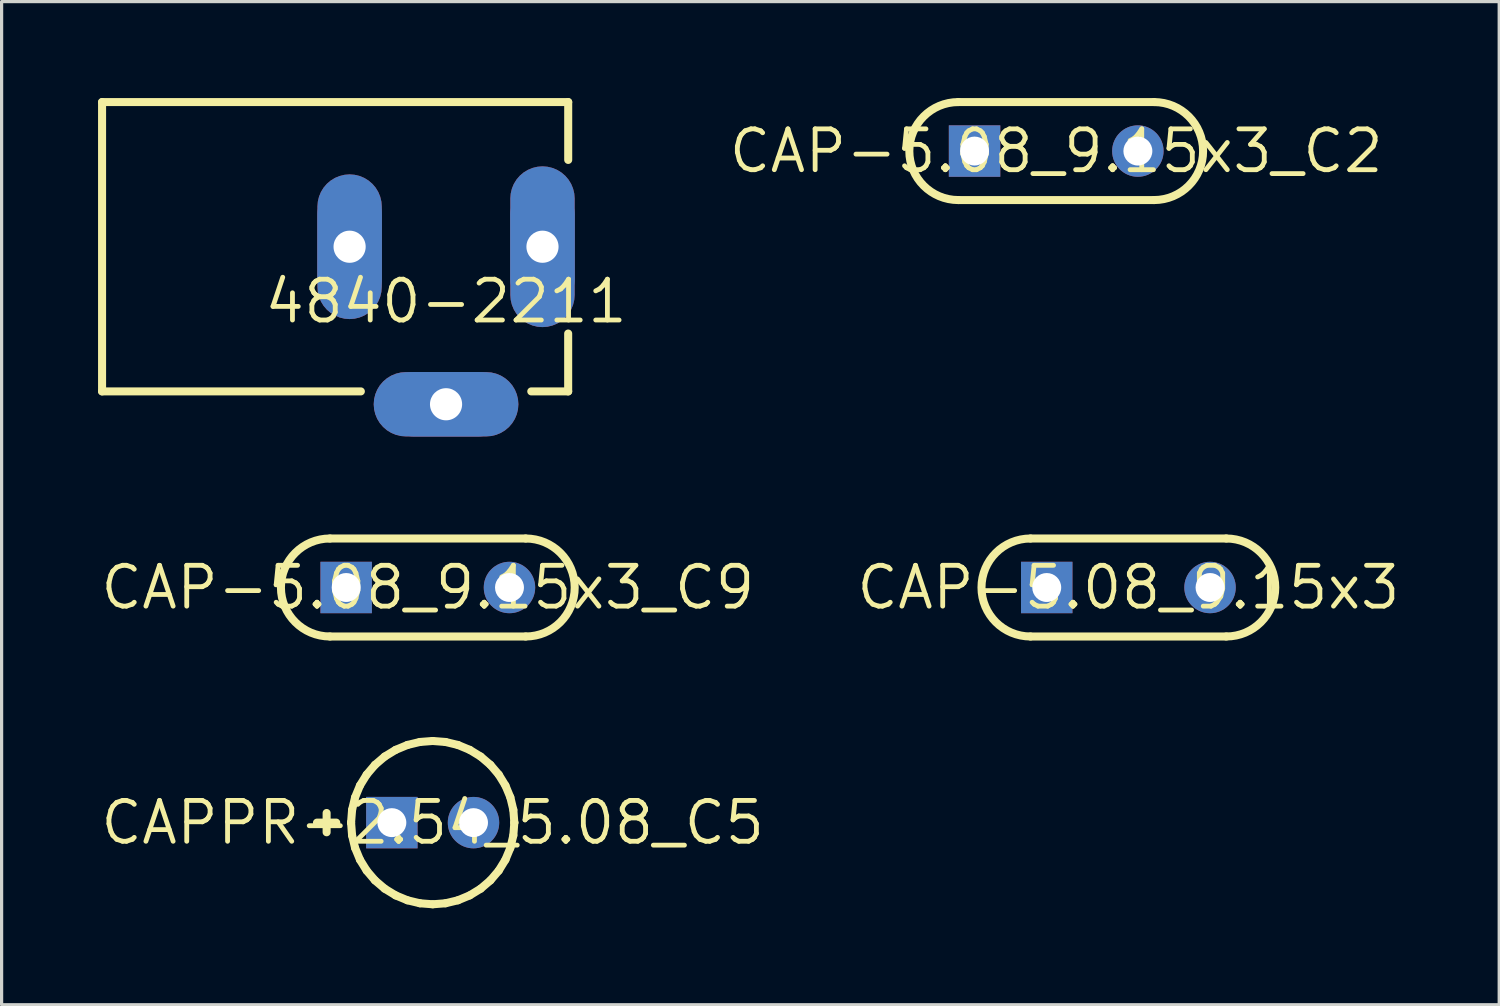
<source format=kicad_pcb>
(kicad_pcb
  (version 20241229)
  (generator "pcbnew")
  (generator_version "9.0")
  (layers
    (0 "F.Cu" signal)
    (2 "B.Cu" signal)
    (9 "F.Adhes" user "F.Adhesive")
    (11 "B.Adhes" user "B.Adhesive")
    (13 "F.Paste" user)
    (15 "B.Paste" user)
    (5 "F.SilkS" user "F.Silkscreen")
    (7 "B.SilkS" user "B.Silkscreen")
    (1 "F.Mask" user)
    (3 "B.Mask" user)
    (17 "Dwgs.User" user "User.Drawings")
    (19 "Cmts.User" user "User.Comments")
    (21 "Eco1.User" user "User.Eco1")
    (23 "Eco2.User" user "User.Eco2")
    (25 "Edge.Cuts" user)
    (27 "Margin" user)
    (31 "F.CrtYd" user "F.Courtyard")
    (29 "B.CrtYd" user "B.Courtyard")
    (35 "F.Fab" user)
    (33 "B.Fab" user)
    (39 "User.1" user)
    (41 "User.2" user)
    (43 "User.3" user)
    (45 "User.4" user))
  (footprint "CAPPR-2.54_5.08_C5"
    (layer "F.Cu")
    (at 10.409 22.539)
    (property "Reference" "CAPPR-2.54_5.08_C5" (at 0 0 0) (layer "F.SilkS") (effects (font (size 1.27 1.27) (thickness 0.15))))
    (fp_line (start -3.599 0) (end -2.999 0) (stroke (width 0.25) (type solid)) (layer "F.SilkS"))
    (fp_line (start -3.299 0.3) (end -3.299 -0.3) (stroke (width 0.25) (type solid)) (layer "F.SilkS"))
    (fp_line (start -2.538 -0.001) (end -2.538 0.001) (stroke (width 0.25) (type solid)) (layer "F.SilkS"))
    (fp_line (start -2.538 0.001) (end -2.507 0.398) (stroke (width 0.25) (type solid)) (layer "F.SilkS"))
    (fp_line (start -2.507 -0.398) (end -2.538 -0.001) (stroke (width 0.25) (type solid)) (layer "F.SilkS"))
    (fp_line (start -2.507 0.398) (end -2.414 0.786) (stroke (width 0.25) (type solid)) (layer "F.SilkS"))
    (fp_line (start -2.414 -0.786) (end -2.507 -0.398) (stroke (width 0.25) (type solid)) (layer "F.SilkS"))
    (fp_line (start -2.414 0.786) (end -2.262 1.154) (stroke (width 0.25) (type solid)) (layer "F.SilkS"))
    (fp_line (start -2.262 -1.154) (end -2.414 -0.786) (stroke (width 0.25) (type solid)) (layer "F.SilkS"))
    (fp_line (start -2.262 1.154) (end -2.053 1.493) (stroke (width 0.25) (type solid)) (layer "F.SilkS"))
    (fp_line (start -2.053 -1.493) (end -2.262 -1.154) (stroke (width 0.25) (type solid)) (layer "F.SilkS"))
    (fp_line (start -2.053 1.493) (end -1.795 1.796) (stroke (width 0.25) (type solid)) (layer "F.SilkS"))
    (fp_line (start -1.795 -1.796) (end -2.053 -1.493) (stroke (width 0.25) (type solid)) (layer "F.SilkS"))
    (fp_line (start -1.795 1.796) (end -1.492 2.055) (stroke (width 0.25) (type solid)) (layer "F.SilkS"))
    (fp_line (start -1.492 -2.055) (end -1.795 -1.796) (stroke (width 0.25) (type solid)) (layer "F.SilkS"))
    (fp_line (start -1.492 2.055) (end -1.152 2.263) (stroke (width 0.25) (type solid)) (layer "F.SilkS"))
    (fp_line (start -1.152 -2.263) (end -1.492 -2.055) (stroke (width 0.25) (type solid)) (layer "F.SilkS"))
    (fp_line (start -1.152 2.263) (end -0.784 2.416) (stroke (width 0.25) (type solid)) (layer "F.SilkS"))
    (fp_line (start -0.784 -2.416) (end -1.152 -2.263) (stroke (width 0.25) (type solid)) (layer "F.SilkS"))
    (fp_line (start -0.784 2.416) (end -0.396 2.509) (stroke (width 0.25) (type solid)) (layer "F.SilkS"))
    (fp_line (start -0.396 -2.509) (end -0.784 -2.416) (stroke (width 0.25) (type solid)) (layer "F.SilkS"))
    (fp_line (start -0.396 2.509) (end 0.001 2.54) (stroke (width 0.25) (type solid)) (layer "F.SilkS"))
    (fp_line (start 0.001 -2.54) (end -0.396 -2.509) (stroke (width 0.25) (type solid)) (layer "F.SilkS"))
    (fp_line (start 0.001 2.54) (end 0.398 2.509) (stroke (width 0.25) (type solid)) (layer "F.SilkS"))
    (fp_line (start 0.398 -2.509) (end 0.001 -2.54) (stroke (width 0.25) (type solid)) (layer "F.SilkS"))
    (fp_line (start 0.398 2.509) (end 0.785 2.416) (stroke (width 0.25) (type solid)) (layer "F.SilkS"))
    (fp_line (start 0.785 -2.416) (end 0.398 -2.509) (stroke (width 0.25) (type solid)) (layer "F.SilkS"))
    (fp_line (start 0.785 2.416) (end 1.153 2.263) (stroke (width 0.25) (type solid)) (layer "F.SilkS"))
    (fp_line (start 1.153 -2.263) (end 0.785 -2.416) (stroke (width 0.25) (type solid)) (layer "F.SilkS"))
    (fp_line (start 1.153 2.263) (end 1.493 2.055) (stroke (width 0.25) (type solid)) (layer "F.SilkS"))
    (fp_line (start 1.493 -2.055) (end 1.153 -2.263) (stroke (width 0.25) (type solid)) (layer "F.SilkS"))
    (fp_line (start 1.493 2.055) (end 1.796 1.796) (stroke (width 0.25) (type solid)) (layer "F.SilkS"))
    (fp_line (start 1.796 -1.796) (end 1.493 -2.055) (stroke (width 0.25) (type solid)) (layer "F.SilkS"))
    (fp_line (start 1.796 1.796) (end 2.055 1.493) (stroke (width 0.25) (type solid)) (layer "F.SilkS"))
    (fp_line (start 2.055 -1.493) (end 1.796 -1.796) (stroke (width 0.25) (type solid)) (layer "F.SilkS"))
    (fp_line (start 2.055 1.493) (end 2.263 1.154) (stroke (width 0.25) (type solid)) (layer "F.SilkS"))
    (fp_line (start 2.263 -1.154) (end 2.055 -1.493) (stroke (width 0.25) (type solid)) (layer "F.SilkS"))
    (fp_line (start 2.263 1.154) (end 2.416 0.786) (stroke (width 0.25) (type solid)) (layer "F.SilkS"))
    (fp_line (start 2.416 -0.786) (end 2.263 -1.154) (stroke (width 0.25) (type solid)) (layer "F.SilkS"))
    (fp_line (start 2.416 0.786) (end 2.509 0.398) (stroke (width 0.25) (type solid)) (layer "F.SilkS"))
    (fp_line (start 2.509 -0.398) (end 2.416 -0.786) (stroke (width 0.25) (type solid)) (layer "F.SilkS"))
    (fp_line (start 2.509 0.398) (end 2.54 0.001) (stroke (width 0.25) (type solid)) (layer "F.SilkS"))
    (fp_line (start 2.54 -0.001) (end 2.509 -0.398) (stroke (width 0.25) (type solid)) (layer "F.SilkS"))
    (fp_line (start 2.54 0.001) (end 2.54 -0.001) (stroke (width 0.25) (type solid)) (layer "F.SilkS"))
    (pad "1" thru_hole rect (at -1.27 0) (size 1.6 1.6) (drill 0.9) (layers "*.Cu" "*.Mask"))
    (pad "2" thru_hole circle (at 1.27 0) (size 1.6 1.6) (drill 0.9) (layers "*.Cu" "*.Mask")))
  (footprint "CAP-5.08_9.15x3"
    (layer "F.Cu")
    (at 32.05 15.225)
    (property "Reference" "CAP-5.08_9.15x3" (at 0 0 0) (layer "F.SilkS") (effects (font (size 1.27 1.27) (thickness 0.15))))
    (fp_line (start -3.045 -1.524) (end 3.045 -1.524) (stroke (width 0.25) (type solid)) (layer "F.SilkS"))
    (fp_line (start -3.045 1.524) (end 3.045 1.524) (stroke (width 0.25) (type solid)) (layer "F.SilkS"))
    (fp_arc (start -3.044999 1.524) (mid -4.572033 0) (end -3.045 -1.524) (stroke (width 0.25) (type solid)) (layer "F.SilkS"))
    (fp_arc (start 3.044999 -1.524) (mid 4.572033 0) (end 3.045 1.524) (stroke (width 0.25) (type solid)) (layer "F.SilkS"))
    (pad "1" thru_hole rect (at -2.54 0) (size 1.6 1.6) (drill 0.9) (layers "*.Cu" "*.Mask"))
    (pad "2" thru_hole circle (at 2.54 0) (size 1.6 1.6) (drill 0.9) (layers "*.Cu" "*.Mask")))
  (footprint "4840-2211"
    (layer "F.Cu")
    (at 10.825 6.325)
    (property "Reference" "4840-2211" (at 0 0 0) (layer "F.SilkS") (effects (font (size 1.27 1.27) (thickness 0.15))))
    (fp_poly (pts (xy -2.844 -3.938) (xy -2.691 -3.901) (xy -2.546 -3.841) (xy -2.412 -3.759) (xy -2.293 -3.657) (xy -2.191 -3.538) (xy -2.109 -3.404) (xy -2.049 -3.259) (xy -2.012 -3.106) (xy -2 -2.95) (xy -2 -0.45) (xy -2.012 -0.294) (xy -2.049 -0.141) (xy -2.109 0.004) (xy -2.191 0.138) (xy -2.293 0.257) (xy -2.412 0.359) (xy -2.546 0.441) (xy -2.691 0.501) (xy -2.844 0.538) (xy -3 0.55) (xy -3.156 0.538) (xy -3.309 0.501) (xy -3.454 0.441) (xy -3.588 0.359) (xy -3.707 0.257) (xy -3.809 0.138) (xy -3.891 0.004) (xy -3.951 -0.141) (xy -3.988 -0.294) (xy -4 -0.45) (xy -4 -2.95) (xy -3.988 -3.106) (xy -3.951 -3.259) (xy -3.891 -3.404) (xy -3.809 -3.538) (xy -3.707 -3.657) (xy -3.588 -3.759) (xy -3.454 -3.841) (xy -3.309 -3.901) (xy -3.156 -3.938) (xy -3 -3.95)) (stroke (width 0) (type default)) (fill yes) (layer "F.Cu"))
    (fp_poly (pts (xy 1.406 2.212) (xy 1.559 2.249) (xy 1.704 2.309) (xy 1.838 2.391) (xy 1.957 2.493) (xy 2.059 2.612) (xy 2.141 2.746) (xy 2.201 2.891) (xy 2.238 3.044) (xy 2.25 3.2) (xy 2.238 3.356) (xy 2.201 3.509) (xy 2.141 3.654) (xy 2.059 3.788) (xy 1.957 3.907) (xy 1.838 4.009) (xy 1.704 4.091) (xy 1.559 4.151) (xy 1.406 4.188) (xy 1.25 4.2) (xy -1.25 4.2) (xy -1.406 4.188) (xy -1.559 4.151) (xy -1.704 4.091) (xy -1.838 4.009) (xy -1.957 3.907) (xy -2.059 3.788) (xy -2.141 3.654) (xy -2.201 3.509) (xy -2.238 3.356) (xy -2.25 3.2) (xy -2.238 3.044) (xy -2.201 2.891) (xy -2.141 2.746) (xy -2.059 2.612) (xy -1.957 2.493) (xy -1.838 2.391) (xy -1.704 2.309) (xy -1.559 2.249) (xy -1.406 2.212) (xy -1.25 2.2) (xy 1.25 2.2)) (stroke (width 0) (type default)) (fill yes) (layer "F.Cu"))
    (fp_poly (pts (xy 3.156 -4.188) (xy 3.309 -4.151) (xy 3.454 -4.091) (xy 3.588 -4.009) (xy 3.707 -3.907) (xy 3.809 -3.788) (xy 3.891 -3.654) (xy 3.951 -3.509) (xy 3.988 -3.356) (xy 4 -3.2) (xy 4 -0.2) (xy 3.988 -0.044) (xy 3.951 0.109) (xy 3.891 0.254) (xy 3.809 0.388) (xy 3.707 0.507) (xy 3.588 0.609) (xy 3.454 0.691) (xy 3.309 0.751) (xy 3.156 0.788) (xy 3 0.8) (xy 2.844 0.788) (xy 2.691 0.751) (xy 2.546 0.691) (xy 2.412 0.609) (xy 2.293 0.507) (xy 2.191 0.388) (xy 2.109 0.254) (xy 2.049 0.109) (xy 2.012 -0.044) (xy 2 -0.2) (xy 2 -3.2) (xy 2.012 -3.356) (xy 2.049 -3.509) (xy 2.109 -3.654) (xy 2.191 -3.788) (xy 2.293 -3.907) (xy 2.412 -4.009) (xy 2.546 -4.091) (xy 2.691 -4.151) (xy 2.844 -4.188) (xy 3 -4.2)) (stroke (width 0) (type default)) (fill yes) (layer "F.Cu"))
    (fp_poly (pts (xy -2.836 -3.988) (xy -2.676 -3.95) (xy -2.523 -3.887) (xy -2.382 -3.8) (xy -2.257 -3.693) (xy -2.15 -3.568) (xy -2.063 -3.427) (xy -2 -3.274) (xy -1.962 -3.114) (xy -1.949 -2.95) (xy -1.949 -0.45) (xy -1.962 -0.286) (xy -2 -0.126) (xy -2.063 0.027) (xy -2.15 0.168) (xy -2.257 0.293) (xy -2.382 0.4) (xy -2.523 0.487) (xy -2.676 0.55) (xy -2.836 0.588) (xy -3 0.601) (xy -3.164 0.588) (xy -3.324 0.55) (xy -3.477 0.487) (xy -3.618 0.4) (xy -3.743 0.293) (xy -3.85 0.168) (xy -3.937 0.027) (xy -4 -0.126) (xy -4.038 -0.286) (xy -4.051 -0.45) (xy -4.051 -2.95) (xy -4.038 -3.114) (xy -4 -3.274) (xy -3.937 -3.427) (xy -3.85 -3.568) (xy -3.743 -3.693) (xy -3.618 -3.8) (xy -3.477 -3.887) (xy -3.324 -3.95) (xy -3.164 -3.988) (xy -3 -4.001)) (stroke (width 0) (type default)) (fill yes) (layer "F.Mask"))
    (fp_poly (pts (xy 1.414 2.162) (xy 1.574 2.2) (xy 1.727 2.263) (xy 1.868 2.35) (xy 1.993 2.457) (xy 2.1 2.582) (xy 2.187 2.723) (xy 2.25 2.876) (xy 2.288 3.036) (xy 2.301 3.2) (xy 2.288 3.364) (xy 2.25 3.524) (xy 2.187 3.677) (xy 2.1 3.818) (xy 1.993 3.943) (xy 1.868 4.05) (xy 1.727 4.137) (xy 1.574 4.2) (xy 1.414 4.238) (xy 1.25 4.251) (xy -1.25 4.251) (xy -1.414 4.238) (xy -1.574 4.2) (xy -1.727 4.137) (xy -1.868 4.05) (xy -1.993 3.943) (xy -2.1 3.818) (xy -2.187 3.677) (xy -2.25 3.524) (xy -2.288 3.364) (xy -2.301 3.2) (xy -2.288 3.036) (xy -2.25 2.876) (xy -2.187 2.723) (xy -2.1 2.582) (xy -1.993 2.457) (xy -1.868 2.35) (xy -1.727 2.263) (xy -1.574 2.2) (xy -1.414 2.162) (xy -1.25 2.149) (xy 1.25 2.149)) (stroke (width 0) (type default)) (fill yes) (layer "F.Mask"))
    (fp_poly (pts (xy 3.164 -4.238) (xy 3.324 -4.2) (xy 3.477 -4.137) (xy 3.618 -4.05) (xy 3.743 -3.943) (xy 3.85 -3.818) (xy 3.937 -3.677) (xy 4 -3.524) (xy 4.038 -3.364) (xy 4.051 -3.2) (xy 4.051 -0.2) (xy 4.038 -0.036) (xy 4 0.124) (xy 3.937 0.277) (xy 3.85 0.418) (xy 3.743 0.543) (xy 3.618 0.65) (xy 3.477 0.737) (xy 3.324 0.8) (xy 3.164 0.838) (xy 3 0.851) (xy 2.836 0.838) (xy 2.676 0.8) (xy 2.523 0.737) (xy 2.382 0.65) (xy 2.257 0.543) (xy 2.15 0.418) (xy 2.063 0.277) (xy 2 0.124) (xy 1.962 -0.036) (xy 1.949 -0.2) (xy 1.949 -3.2) (xy 1.962 -3.364) (xy 2 -3.524) (xy 2.063 -3.677) (xy 2.15 -3.818) (xy 2.257 -3.943) (xy 2.382 -4.05) (xy 2.523 -4.137) (xy 2.676 -4.2) (xy 2.836 -4.238) (xy 3 -4.251)) (stroke (width 0) (type default)) (fill yes) (layer "F.Mask"))
    (fp_poly (pts (xy -2.844 -3.938) (xy -2.691 -3.901) (xy -2.546 -3.841) (xy -2.412 -3.759) (xy -2.293 -3.657) (xy -2.191 -3.538) (xy -2.109 -3.404) (xy -2.049 -3.259) (xy -2.012 -3.106) (xy -2 -2.95) (xy -2 -0.45) (xy -2.012 -0.294) (xy -2.049 -0.141) (xy -2.109 0.004) (xy -2.191 0.138) (xy -2.293 0.257) (xy -2.412 0.359) (xy -2.546 0.441) (xy -2.691 0.501) (xy -2.844 0.538) (xy -3 0.55) (xy -3.156 0.538) (xy -3.309 0.501) (xy -3.454 0.441) (xy -3.588 0.359) (xy -3.707 0.257) (xy -3.809 0.138) (xy -3.891 0.004) (xy -3.951 -0.141) (xy -3.988 -0.294) (xy -4 -0.45) (xy -4 -2.95) (xy -3.988 -3.106) (xy -3.951 -3.259) (xy -3.891 -3.404) (xy -3.809 -3.538) (xy -3.707 -3.657) (xy -3.588 -3.759) (xy -3.454 -3.841) (xy -3.309 -3.901) (xy -3.156 -3.938) (xy -3 -3.95)) (stroke (width 0) (type default)) (fill yes) (layer "B.Cu"))
    (fp_poly (pts (xy 1.406 2.212) (xy 1.559 2.249) (xy 1.704 2.309) (xy 1.838 2.391) (xy 1.957 2.493) (xy 2.059 2.612) (xy 2.141 2.746) (xy 2.201 2.891) (xy 2.238 3.044) (xy 2.25 3.2) (xy 2.238 3.356) (xy 2.201 3.509) (xy 2.141 3.654) (xy 2.059 3.788) (xy 1.957 3.907) (xy 1.838 4.009) (xy 1.704 4.091) (xy 1.559 4.151) (xy 1.406 4.188) (xy 1.25 4.2) (xy -1.25 4.2) (xy -1.406 4.188) (xy -1.559 4.151) (xy -1.704 4.091) (xy -1.838 4.009) (xy -1.957 3.907) (xy -2.059 3.788) (xy -2.141 3.654) (xy -2.201 3.509) (xy -2.238 3.356) (xy -2.25 3.2) (xy -2.238 3.044) (xy -2.201 2.891) (xy -2.141 2.746) (xy -2.059 2.612) (xy -1.957 2.493) (xy -1.838 2.391) (xy -1.704 2.309) (xy -1.559 2.249) (xy -1.406 2.212) (xy -1.25 2.2) (xy 1.25 2.2)) (stroke (width 0) (type default)) (fill yes) (layer "B.Cu"))
    (fp_poly (pts (xy 3.156 -4.188) (xy 3.309 -4.151) (xy 3.454 -4.091) (xy 3.588 -4.009) (xy 3.707 -3.907) (xy 3.809 -3.788) (xy 3.891 -3.654) (xy 3.951 -3.509) (xy 3.988 -3.356) (xy 4 -3.2) (xy 4 -0.2) (xy 3.988 -0.044) (xy 3.951 0.109) (xy 3.891 0.254) (xy 3.809 0.388) (xy 3.707 0.507) (xy 3.588 0.609) (xy 3.454 0.691) (xy 3.309 0.751) (xy 3.156 0.788) (xy 3 0.8) (xy 2.844 0.788) (xy 2.691 0.751) (xy 2.546 0.691) (xy 2.412 0.609) (xy 2.293 0.507) (xy 2.191 0.388) (xy 2.109 0.254) (xy 2.049 0.109) (xy 2.012 -0.044) (xy 2 -0.2) (xy 2 -3.2) (xy 2.012 -3.356) (xy 2.049 -3.509) (xy 2.109 -3.654) (xy 2.191 -3.788) (xy 2.293 -3.907) (xy 2.412 -4.009) (xy 2.546 -4.091) (xy 2.691 -4.151) (xy 2.844 -4.188) (xy 3 -4.2)) (stroke (width 0) (type default)) (fill yes) (layer "B.Cu"))
    (fp_poly (pts (xy -2.836 -3.988) (xy -2.676 -3.95) (xy -2.523 -3.887) (xy -2.382 -3.8) (xy -2.257 -3.693) (xy -2.15 -3.568) (xy -2.063 -3.427) (xy -2 -3.274) (xy -1.962 -3.114) (xy -1.949 -2.95) (xy -1.949 -0.45) (xy -1.962 -0.286) (xy -2 -0.126) (xy -2.063 0.027) (xy -2.15 0.168) (xy -2.257 0.293) (xy -2.382 0.4) (xy -2.523 0.487) (xy -2.676 0.55) (xy -2.836 0.588) (xy -3 0.601) (xy -3.164 0.588) (xy -3.324 0.55) (xy -3.477 0.487) (xy -3.618 0.4) (xy -3.743 0.293) (xy -3.85 0.168) (xy -3.937 0.027) (xy -4 -0.126) (xy -4.038 -0.286) (xy -4.051 -0.45) (xy -4.051 -2.95) (xy -4.038 -3.114) (xy -4 -3.274) (xy -3.937 -3.427) (xy -3.85 -3.568) (xy -3.743 -3.693) (xy -3.618 -3.8) (xy -3.477 -3.887) (xy -3.324 -3.95) (xy -3.164 -3.988) (xy -3 -4.001)) (stroke (width 0) (type default)) (fill yes) (layer "B.Mask"))
    (fp_poly (pts (xy 1.414 2.162) (xy 1.574 2.2) (xy 1.727 2.263) (xy 1.868 2.35) (xy 1.993 2.457) (xy 2.1 2.582) (xy 2.187 2.723) (xy 2.25 2.876) (xy 2.288 3.036) (xy 2.301 3.2) (xy 2.288 3.364) (xy 2.25 3.524) (xy 2.187 3.677) (xy 2.1 3.818) (xy 1.993 3.943) (xy 1.868 4.05) (xy 1.727 4.137) (xy 1.574 4.2) (xy 1.414 4.238) (xy 1.25 4.251) (xy -1.25 4.251) (xy -1.414 4.238) (xy -1.574 4.2) (xy -1.727 4.137) (xy -1.868 4.05) (xy -1.993 3.943) (xy -2.1 3.818) (xy -2.187 3.677) (xy -2.25 3.524) (xy -2.288 3.364) (xy -2.301 3.2) (xy -2.288 3.036) (xy -2.25 2.876) (xy -2.187 2.723) (xy -2.1 2.582) (xy -1.993 2.457) (xy -1.868 2.35) (xy -1.727 2.263) (xy -1.574 2.2) (xy -1.414 2.162) (xy -1.25 2.149) (xy 1.25 2.149)) (stroke (width 0) (type default)) (fill yes) (layer "B.Mask"))
    (fp_poly (pts (xy 3.164 -4.238) (xy 3.324 -4.2) (xy 3.477 -4.137) (xy 3.618 -4.05) (xy 3.743 -3.943) (xy 3.85 -3.818) (xy 3.937 -3.677) (xy 4 -3.524) (xy 4.038 -3.364) (xy 4.051 -3.2) (xy 4.051 -0.2) (xy 4.038 -0.036) (xy 4 0.124) (xy 3.937 0.277) (xy 3.85 0.418) (xy 3.743 0.543) (xy 3.618 0.65) (xy 3.477 0.737) (xy 3.324 0.8) (xy 3.164 0.838) (xy 3 0.851) (xy 2.836 0.838) (xy 2.676 0.8) (xy 2.523 0.737) (xy 2.382 0.65) (xy 2.257 0.543) (xy 2.15 0.418) (xy 2.063 0.277) (xy 2 0.124) (xy 1.962 -0.036) (xy 1.949 -0.2) (xy 1.949 -3.2) (xy 1.962 -3.364) (xy 2 -3.524) (xy 2.063 -3.677) (xy 2.15 -3.818) (xy 2.257 -3.943) (xy 2.382 -4.05) (xy 2.523 -4.137) (xy 2.676 -4.2) (xy 2.836 -4.238) (xy 3 -4.251)) (stroke (width 0) (type default)) (fill yes) (layer "B.Mask"))
    (fp_line (start -10.7 -6.2) (end 3.8 -6.2) (stroke (width 0.25) (type solid)) (layer "F.SilkS"))
    (fp_line (start -10.7 2.8) (end -10.7 -6.2) (stroke (width 0.25) (type solid)) (layer "F.SilkS"))
    (fp_line (start -2.65 2.8) (end -10.7 2.8) (stroke (width 0.25) (type solid)) (layer "F.SilkS"))
    (fp_line (start 3.799 1) (end 3.799 2.8) (stroke (width 0.25) (type solid)) (layer "F.SilkS"))
    (fp_line (start 3.8 -6.2) (end 3.8 -4.4) (stroke (width 0.25) (type solid)) (layer "F.SilkS"))
    (fp_line (start 3.8 2.8) (end 2.651 2.8) (stroke (width 0.25) (type solid)) (layer "F.SilkS"))
    (pad "1" thru_hole oval (at 3 -1.7 90) (size 4 2) (drill 1) (layers "*.Cu"))
    (pad "2" thru_hole oval (at -3 -1.7 90) (size 4 2) (drill 1) (layers "*.Cu"))
    (pad "3" thru_hole oval (at 0 3.2 180) (size 4 2) (drill 1) (layers "*.Cu")))
  (footprint "CAP-5.08_9.15x3_C9"
    (layer "F.Cu")
    (at 10.258 15.225)
    (property "Reference" "CAP-5.08_9.15x3_C9" (at 0 0 0) (layer "F.SilkS") (effects (font (size 1.27 1.27) (thickness 0.15))))
    (fp_line (start -3.045 -1.524) (end 3.045 -1.524) (stroke (width 0.25) (type solid)) (layer "F.SilkS"))
    (fp_line (start -3.045 1.524) (end 3.045 1.524) (stroke (width 0.25) (type solid)) (layer "F.SilkS"))
    (fp_arc (start -3.044999 1.524) (mid -4.572033 0) (end -3.045 -1.524) (stroke (width 0.25) (type solid)) (layer "F.SilkS"))
    (fp_arc (start 3.044999 -1.524) (mid 4.572033 0) (end 3.045 1.524) (stroke (width 0.25) (type solid)) (layer "F.SilkS"))
    (pad "1" thru_hole rect (at -2.54 0) (size 1.6 1.6) (drill 0.9) (layers "*.Cu" "*.Mask"))
    (pad "2" thru_hole circle (at 2.54 0) (size 1.6 1.6) (drill 0.9) (layers "*.Cu" "*.Mask")))
  (footprint "CAP-5.08_9.15x3_C2"
    (layer "F.Cu")
    (at 29.805 1.649)
    (property "Reference" "CAP-5.08_9.15x3_C2" (at 0 0 0) (layer "F.SilkS") (effects (font (size 1.27 1.27) (thickness 0.15))))
    (fp_line (start -3.045 -1.524) (end 3.045 -1.524) (stroke (width 0.25) (type solid)) (layer "F.SilkS"))
    (fp_line (start -3.045 1.524) (end 3.045 1.524) (stroke (width 0.25) (type solid)) (layer "F.SilkS"))
    (fp_arc (start -3.044999 1.524) (mid -4.572033 0) (end -3.045 -1.524) (stroke (width 0.25) (type solid)) (layer "F.SilkS"))
    (fp_arc (start 3.044999 -1.524) (mid 4.572033 0) (end 3.045 1.524) (stroke (width 0.25) (type solid)) (layer "F.SilkS"))
    (pad "1" thru_hole rect (at -2.54 0) (size 1.6 1.6) (drill 0.9) (layers "*.Cu" "*.Mask"))
    (pad "2" thru_hole circle (at 2.54 0) (size 1.6 1.6) (drill 0.9) (layers "*.Cu" "*.Mask")))
  (gr_rect
    (start -3 -3)
    (end 43.585 28.204)
    (stroke (width 0.1) (type default))
    (fill no)
    (layer "Edge.Cuts")))
</source>
